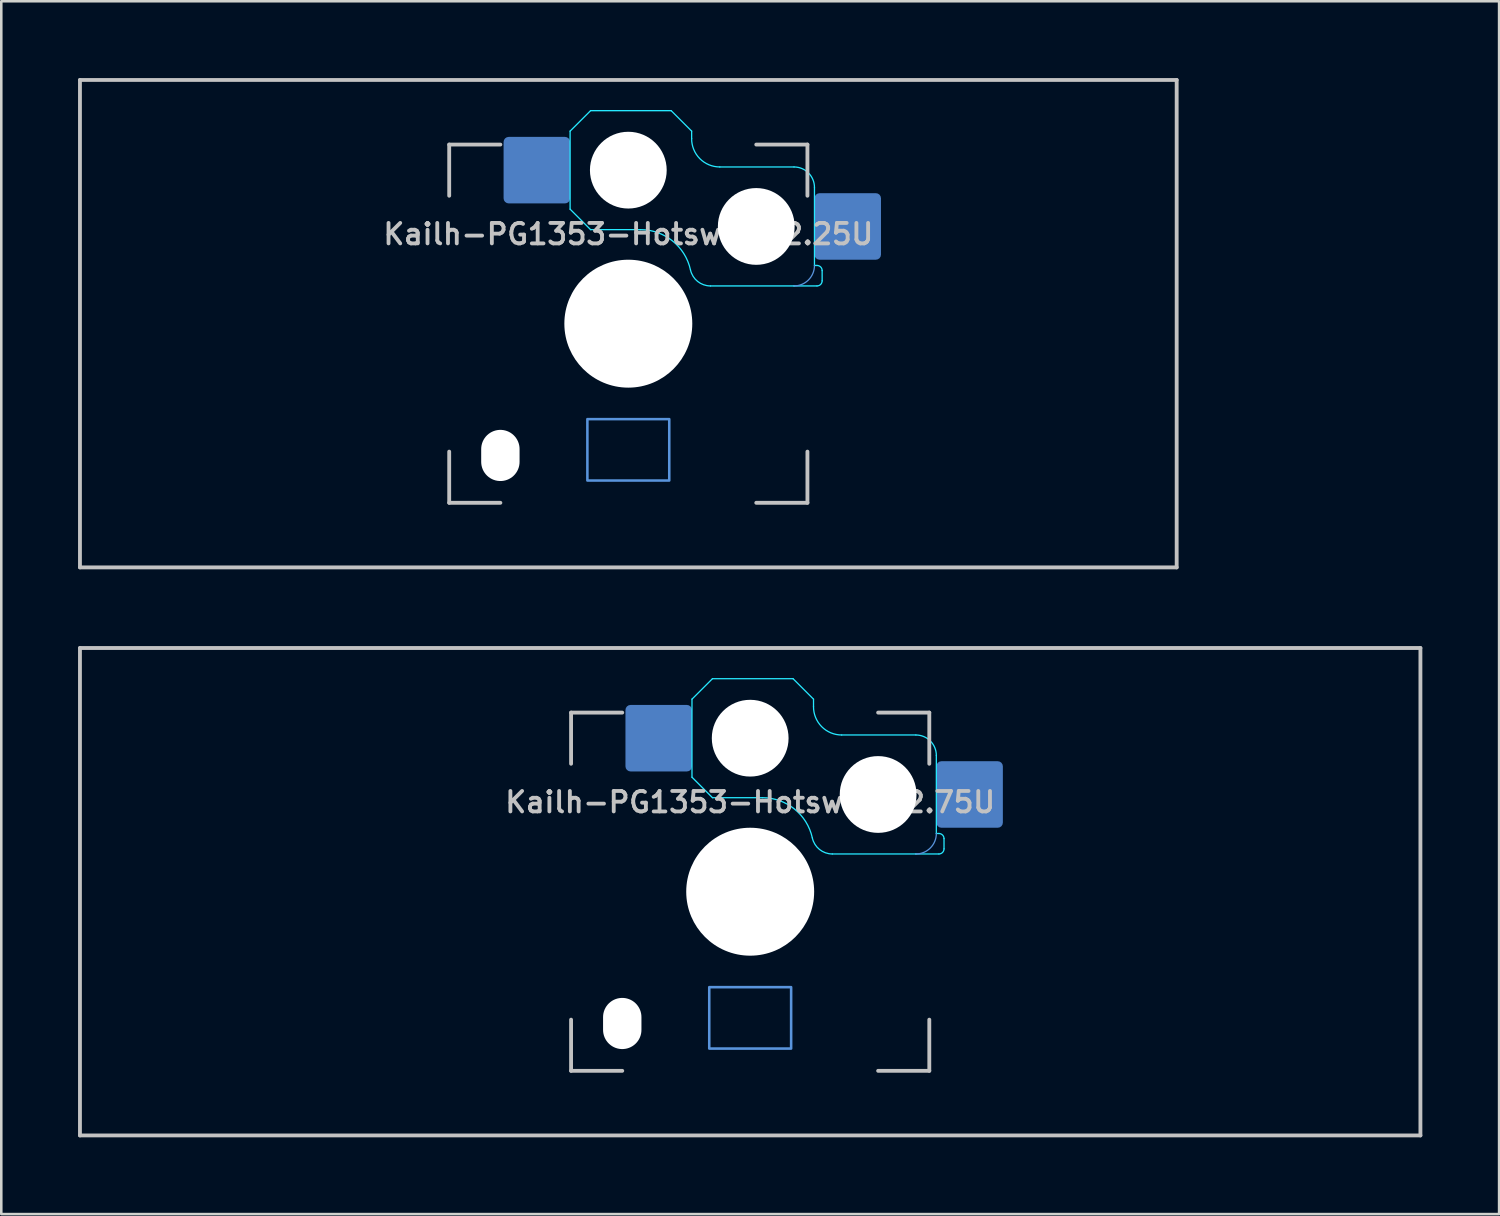
<source format=kicad_pcb>
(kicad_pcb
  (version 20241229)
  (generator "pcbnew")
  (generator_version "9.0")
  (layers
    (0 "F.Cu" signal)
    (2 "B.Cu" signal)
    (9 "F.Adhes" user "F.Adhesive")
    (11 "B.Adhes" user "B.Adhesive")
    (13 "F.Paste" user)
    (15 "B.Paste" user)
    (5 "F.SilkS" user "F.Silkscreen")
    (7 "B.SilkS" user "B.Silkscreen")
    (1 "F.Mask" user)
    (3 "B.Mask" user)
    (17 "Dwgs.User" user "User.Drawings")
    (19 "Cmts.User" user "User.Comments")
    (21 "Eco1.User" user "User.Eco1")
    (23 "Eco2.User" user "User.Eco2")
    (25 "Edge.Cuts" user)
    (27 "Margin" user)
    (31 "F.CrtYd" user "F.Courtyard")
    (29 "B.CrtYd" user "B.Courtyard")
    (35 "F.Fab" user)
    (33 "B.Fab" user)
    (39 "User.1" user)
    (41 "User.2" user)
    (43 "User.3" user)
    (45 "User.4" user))
  (footprint "Kailh-PG1353-Hotswap-2.25U"
    (layer "F.Cu")
    (at 21.506 9.6)
    (property "Reference" "Kailh-PG1353-Hotswap-2.25U" (at 0 -3.5 0) (layer "Dwgs.User") (effects (font (size 0.8 0.8) (thickness 0.15))))
    (attr smd)
    (fp_line (start -21.431 9.525) (end -21.431 -9.525) (stroke (width 0.15) (type solid)) (layer "Dwgs.User"))
    (fp_line (start -7 -7) (end -7 -5) (stroke (width 0.15) (type solid)) (layer "Dwgs.User"))
    (fp_line (start -7 5) (end -7 7) (stroke (width 0.15) (type solid)) (layer "Dwgs.User"))
    (fp_line (start -7 7) (end -5 7) (stroke (width 0.15) (type solid)) (layer "Dwgs.User"))
    (fp_line (start -5 -7) (end -7 -7) (stroke (width 0.15) (type solid)) (layer "Dwgs.User"))
    (fp_line (start 5 -7) (end 7 -7) (stroke (width 0.15) (type solid)) (layer "Dwgs.User"))
    (fp_line (start 5 7) (end 7 7) (stroke (width 0.15) (type solid)) (layer "Dwgs.User"))
    (fp_line (start 7 -7) (end 7 -5) (stroke (width 0.15) (type solid)) (layer "Dwgs.User"))
    (fp_line (start 7 7) (end 7 5) (stroke (width 0.15) (type solid)) (layer "Dwgs.User"))
    (fp_line (start 21.431 -9.525) (end -21.431 -9.525) (stroke (width 0.15) (type solid)) (layer "Dwgs.User"))
    (fp_line (start 21.431 9.525) (end -21.431 9.525) (stroke (width 0.15) (type solid)) (layer "Dwgs.User"))
    (fp_line (start 21.431 9.525) (end 21.431 -9.525) (stroke (width 0.15) (type solid)) (layer "Dwgs.User"))
    (fp_rect (start -1.6 3.73) (end 1.6 6.13) (stroke (width 0.1) (type default)) (fill no) (layer "Cmts.User"))
    (fp_arc (start 7.275 -2.274988) (mid 7.040687 -1.709304) (end 6.475 -1.475) (stroke (width 0.05) (type default)) (layer "Cmts.User"))
    (fp_line (start -2.275 -7.525) (end -2.275 -4.475) (stroke (width 0.05) (type default)) (layer "B.CrtYd"))
    (fp_line (start -2.275 -4.475) (end -1.475 -3.675) (stroke (width 0.05) (type default)) (layer "B.CrtYd"))
    (fp_line (start -1.475 -8.325) (end -2.275 -7.525) (stroke (width 0.05) (type default)) (layer "B.CrtYd"))
    (fp_line (start -1.475 -3.675) (end 0.475 -3.675) (stroke (width 0.05) (type default)) (layer "B.CrtYd"))
    (fp_line (start 1.675 -8.325) (end -1.475 -8.325) (stroke (width 0.05) (type default)) (layer "B.CrtYd"))
    (fp_line (start 2.475 -7.525) (end 1.675 -8.325) (stroke (width 0.05) (type default)) (layer "B.CrtYd"))
    (fp_line (start 2.475 -7.236) (end 2.475 -7.525) (stroke (width 0.05) (type default)) (layer "B.CrtYd"))
    (fp_line (start 3.21 -1.475) (end 6.475 -1.475) (stroke (width 0.05) (type default)) (layer "B.CrtYd"))
    (fp_line (start 6.475 -6.125) (end 3.575 -6.125) (stroke (width 0.05) (type default)) (layer "B.CrtYd"))
    (fp_line (start 7.275 -2.275) (end 7.375 -2.275) (stroke (width 0.05) (type default)) (layer "B.CrtYd"))
    (fp_line (start 7.275 -2.275) (end 7.275 -5.325) (stroke (width 0.05) (type default)) (layer "B.CrtYd"))
    (fp_line (start 7.375 -1.475) (end 6.475 -1.475) (stroke (width 0.05) (type default)) (layer "B.CrtYd"))
    (fp_line (start 7.575 -2.075) (end 7.575 -1.675) (stroke (width 0.05) (type default)) (layer "B.CrtYd"))
    (fp_arc (start 0.474999 -3.675) (mid 1.728566 -3.233387) (end 2.428542 -2.103571) (stroke (width 0.05) (type default)) (layer "B.CrtYd"))
    (fp_arc (start 3.209929 -1.475) (mid 2.708508 -1.651644) (end 2.428542 -2.103571) (stroke (width 0.05) (type default)) (layer "B.CrtYd"))
    (fp_arc (start 3.575029 -6.125) (mid 2.793161 -6.451276) (end 2.475 -7.236481) (stroke (width 0.05) (type default)) (layer "B.CrtYd"))
    (fp_arc (start 6.475029 -6.125) (mid 7.040683 -5.89068) (end 7.275 -5.325) (stroke (width 0.05) (type default)) (layer "B.CrtYd"))
    (fp_arc (start 7.375029 -2.275) (mid 7.516419 -2.216416) (end 7.575 -2.075) (stroke (width 0.05) (type default)) (layer "B.CrtYd"))
    (fp_arc (start 7.575 -1.674988) (mid 7.51642 -1.533577) (end 7.375 -1.475) (stroke (width 0.05) (type default)) (layer "B.CrtYd"))
    (pad "" np_thru_hole oval (at -5 5.15 180) (size 1.5 2) (drill oval 1.5 2) (layers "*.Cu" "*.Mask"))
    (pad "" np_thru_hole circle (at 0 -6 180) (size 3 3) (drill 3) (layers "*.Cu" "*.Mask"))
    (pad "" np_thru_hole circle (at 0 0 180) (size 5 5) (drill 5.1) (layers "*.Cu" "*.Mask"))
    (pad "" np_thru_hole circle (at 5 -3.8 180) (size 3 3) (drill 3) (layers "*.Cu" "*.Mask"))
    (pad "1" smd roundrect (at 8.575 -3.8 180) (size 2.6 2.6) (layers "B.Cu" "B.Mask" "B.Paste") (roundrect_rratio 0.077))
    (pad "2" smd roundrect (at -3.575 -6 180) (size 2.6 2.6) (layers "B.Cu" "B.Mask" "B.Paste") (roundrect_rratio 0.077)))
  (footprint "Kailh-PG1353-Hotswap-2.75U"
    (layer "F.Cu")
    (at 26.269 31.8)
    (property "Reference" "Kailh-PG1353-Hotswap-2.75U" (at 0 -3.5 0) (layer "Dwgs.User") (effects (font (size 0.8 0.8) (thickness 0.15))))
    (attr smd)
    (fp_line (start -26.194 9.525) (end -26.194 -9.525) (stroke (width 0.15) (type solid)) (layer "Dwgs.User"))
    (fp_line (start -7 -7) (end -7 -5) (stroke (width 0.15) (type solid)) (layer "Dwgs.User"))
    (fp_line (start -7 5) (end -7 7) (stroke (width 0.15) (type solid)) (layer "Dwgs.User"))
    (fp_line (start -7 7) (end -5 7) (stroke (width 0.15) (type solid)) (layer "Dwgs.User"))
    (fp_line (start -5 -7) (end -7 -7) (stroke (width 0.15) (type solid)) (layer "Dwgs.User"))
    (fp_line (start 5 -7) (end 7 -7) (stroke (width 0.15) (type solid)) (layer "Dwgs.User"))
    (fp_line (start 5 7) (end 7 7) (stroke (width 0.15) (type solid)) (layer "Dwgs.User"))
    (fp_line (start 7 -7) (end 7 -5) (stroke (width 0.15) (type solid)) (layer "Dwgs.User"))
    (fp_line (start 7 7) (end 7 5) (stroke (width 0.15) (type solid)) (layer "Dwgs.User"))
    (fp_line (start 26.194 -9.525) (end -26.194 -9.525) (stroke (width 0.15) (type solid)) (layer "Dwgs.User"))
    (fp_line (start 26.194 9.525) (end -26.194 9.525) (stroke (width 0.15) (type solid)) (layer "Dwgs.User"))
    (fp_line (start 26.194 9.525) (end 26.194 -9.525) (stroke (width 0.15) (type solid)) (layer "Dwgs.User"))
    (fp_rect (start -1.6 3.73) (end 1.6 6.13) (stroke (width 0.1) (type default)) (fill no) (layer "Cmts.User"))
    (fp_arc (start 7.275 -2.274988) (mid 7.040687 -1.709304) (end 6.475 -1.475) (stroke (width 0.05) (type default)) (layer "Cmts.User"))
    (fp_line (start -2.275 -7.525) (end -2.275 -4.475) (stroke (width 0.05) (type default)) (layer "B.CrtYd"))
    (fp_line (start -2.275 -4.475) (end -1.475 -3.675) (stroke (width 0.05) (type default)) (layer "B.CrtYd"))
    (fp_line (start -1.475 -8.325) (end -2.275 -7.525) (stroke (width 0.05) (type default)) (layer "B.CrtYd"))
    (fp_line (start -1.475 -3.675) (end 0.475 -3.675) (stroke (width 0.05) (type default)) (layer "B.CrtYd"))
    (fp_line (start 1.675 -8.325) (end -1.475 -8.325) (stroke (width 0.05) (type default)) (layer "B.CrtYd"))
    (fp_line (start 2.475 -7.525) (end 1.675 -8.325) (stroke (width 0.05) (type default)) (layer "B.CrtYd"))
    (fp_line (start 2.475 -7.236) (end 2.475 -7.525) (stroke (width 0.05) (type default)) (layer "B.CrtYd"))
    (fp_line (start 3.21 -1.475) (end 6.475 -1.475) (stroke (width 0.05) (type default)) (layer "B.CrtYd"))
    (fp_line (start 6.475 -6.125) (end 3.575 -6.125) (stroke (width 0.05) (type default)) (layer "B.CrtYd"))
    (fp_line (start 7.275 -2.275) (end 7.375 -2.275) (stroke (width 0.05) (type default)) (layer "B.CrtYd"))
    (fp_line (start 7.275 -2.275) (end 7.275 -5.325) (stroke (width 0.05) (type default)) (layer "B.CrtYd"))
    (fp_line (start 7.375 -1.475) (end 6.475 -1.475) (stroke (width 0.05) (type default)) (layer "B.CrtYd"))
    (fp_line (start 7.575 -2.075) (end 7.575 -1.675) (stroke (width 0.05) (type default)) (layer "B.CrtYd"))
    (fp_arc (start 0.474999 -3.675) (mid 1.728566 -3.233387) (end 2.428542 -2.103571) (stroke (width 0.05) (type default)) (layer "B.CrtYd"))
    (fp_arc (start 3.209929 -1.475) (mid 2.708508 -1.651644) (end 2.428542 -2.103571) (stroke (width 0.05) (type default)) (layer "B.CrtYd"))
    (fp_arc (start 3.575029 -6.125) (mid 2.793161 -6.451276) (end 2.475 -7.236481) (stroke (width 0.05) (type default)) (layer "B.CrtYd"))
    (fp_arc (start 6.475029 -6.125) (mid 7.040683 -5.89068) (end 7.275 -5.325) (stroke (width 0.05) (type default)) (layer "B.CrtYd"))
    (fp_arc (start 7.375029 -2.275) (mid 7.516419 -2.216416) (end 7.575 -2.075) (stroke (width 0.05) (type default)) (layer "B.CrtYd"))
    (fp_arc (start 7.575 -1.674988) (mid 7.51642 -1.533577) (end 7.375 -1.475) (stroke (width 0.05) (type default)) (layer "B.CrtYd"))
    (pad "" np_thru_hole oval (at -5 5.15 180) (size 1.5 2) (drill oval 1.5 2) (layers "*.Cu" "*.Mask"))
    (pad "" np_thru_hole circle (at 0 -6 180) (size 3 3) (drill 3) (layers "*.Cu" "*.Mask"))
    (pad "" np_thru_hole circle (at 0 0 180) (size 5 5) (drill 5.1) (layers "*.Cu" "*.Mask"))
    (pad "" np_thru_hole circle (at 5 -3.8 180) (size 3 3) (drill 3) (layers "*.Cu" "*.Mask"))
    (pad "1" smd roundrect (at 8.575 -3.8 180) (size 2.6 2.6) (layers "B.Cu" "B.Mask" "B.Paste") (roundrect_rratio 0.077))
    (pad "2" smd roundrect (at -3.575 -6 180) (size 2.6 2.6) (layers "B.Cu" "B.Mask" "B.Paste") (roundrect_rratio 0.077)))
  (gr_rect
    (start -3 -3)
    (end 55.538 44.4)
    (stroke (width 0.1) (type default))
    (fill no)
    (layer "Edge.Cuts")))
</source>
